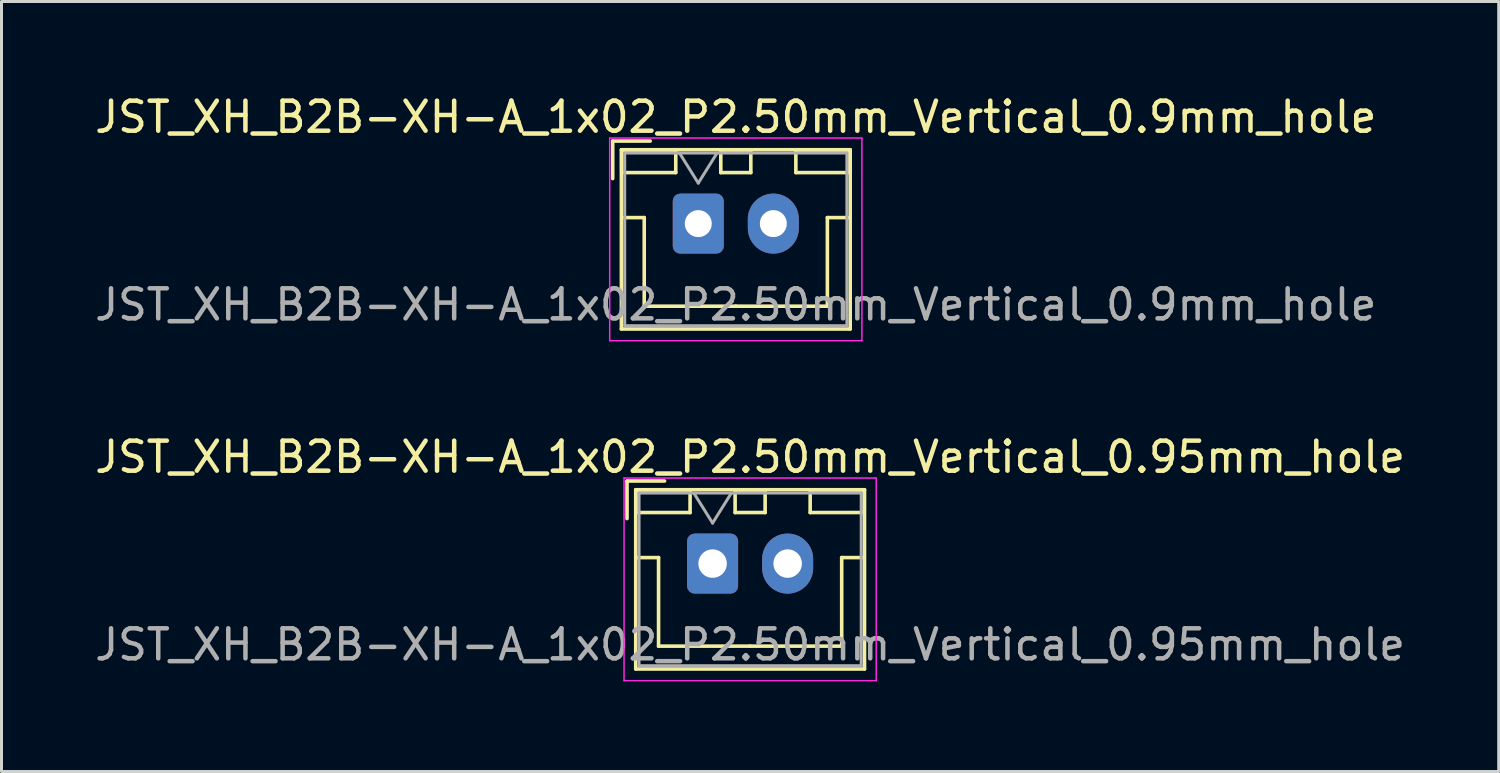
<source format=kicad_pcb>
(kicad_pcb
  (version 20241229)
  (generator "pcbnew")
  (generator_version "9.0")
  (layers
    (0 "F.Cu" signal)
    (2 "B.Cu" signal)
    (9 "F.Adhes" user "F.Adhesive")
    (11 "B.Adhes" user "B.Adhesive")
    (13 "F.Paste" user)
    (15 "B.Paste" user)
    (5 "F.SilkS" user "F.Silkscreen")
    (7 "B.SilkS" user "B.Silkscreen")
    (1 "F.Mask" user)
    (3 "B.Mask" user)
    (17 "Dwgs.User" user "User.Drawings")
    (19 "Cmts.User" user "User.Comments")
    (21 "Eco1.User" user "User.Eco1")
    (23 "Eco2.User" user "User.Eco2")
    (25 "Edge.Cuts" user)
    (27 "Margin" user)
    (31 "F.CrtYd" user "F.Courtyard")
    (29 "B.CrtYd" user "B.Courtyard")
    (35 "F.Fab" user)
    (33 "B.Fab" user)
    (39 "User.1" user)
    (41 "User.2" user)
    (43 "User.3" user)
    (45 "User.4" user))
  (footprint "JST_XH_B2B-XH-A_1x02_P2.50mm_Vertical_0.9mm_hole"
    (layer "F.Cu")
    (at 20.208 4.398)
    (property "Reference" "JST_XH_B2B-XH-A_1x02_P2.50mm_Vertical_0.9mm_hole" (at 1.25 -3.55 0) (layer "F.SilkS") (effects (font (size 1 1) (thickness 0.15))))
    (attr through_hole)
    (fp_line (start -2.85 -2.75) (end -2.85 -1.5) (stroke (width 0.12) (type solid)) (layer "F.SilkS"))
    (fp_line (start -2.56 -2.46) (end -2.56 3.51) (stroke (width 0.12) (type solid)) (layer "F.SilkS"))
    (fp_line (start -2.56 3.51) (end 5.06 3.51) (stroke (width 0.12) (type solid)) (layer "F.SilkS"))
    (fp_line (start -2.55 -2.45) (end -2.55 -1.7) (stroke (width 0.12) (type solid)) (layer "F.SilkS"))
    (fp_line (start -2.55 -1.7) (end -0.75 -1.7) (stroke (width 0.12) (type solid)) (layer "F.SilkS"))
    (fp_line (start -2.55 -0.2) (end -1.8 -0.2) (stroke (width 0.12) (type solid)) (layer "F.SilkS"))
    (fp_line (start -1.8 -0.2) (end -1.8 2.75) (stroke (width 0.12) (type solid)) (layer "F.SilkS"))
    (fp_line (start -1.8 2.75) (end 1.25 2.75) (stroke (width 0.12) (type solid)) (layer "F.SilkS"))
    (fp_line (start -1.6 -2.75) (end -2.85 -2.75) (stroke (width 0.12) (type solid)) (layer "F.SilkS"))
    (fp_line (start -0.75 -2.45) (end -2.55 -2.45) (stroke (width 0.12) (type solid)) (layer "F.SilkS"))
    (fp_line (start -0.75 -1.7) (end -0.75 -2.45) (stroke (width 0.12) (type solid)) (layer "F.SilkS"))
    (fp_line (start 0.75 -2.45) (end 0.75 -1.7) (stroke (width 0.12) (type solid)) (layer "F.SilkS"))
    (fp_line (start 0.75 -1.7) (end 1.75 -1.7) (stroke (width 0.12) (type solid)) (layer "F.SilkS"))
    (fp_line (start 1.75 -2.45) (end 0.75 -2.45) (stroke (width 0.12) (type solid)) (layer "F.SilkS"))
    (fp_line (start 1.75 -1.7) (end 1.75 -2.45) (stroke (width 0.12) (type solid)) (layer "F.SilkS"))
    (fp_line (start 3.25 -2.45) (end 3.25 -1.7) (stroke (width 0.12) (type solid)) (layer "F.SilkS"))
    (fp_line (start 3.25 -1.7) (end 5.05 -1.7) (stroke (width 0.12) (type solid)) (layer "F.SilkS"))
    (fp_line (start 4.3 -0.2) (end 4.3 2.75) (stroke (width 0.12) (type solid)) (layer "F.SilkS"))
    (fp_line (start 4.3 2.75) (end 1.25 2.75) (stroke (width 0.12) (type solid)) (layer "F.SilkS"))
    (fp_line (start 5.05 -2.45) (end 3.25 -2.45) (stroke (width 0.12) (type solid)) (layer "F.SilkS"))
    (fp_line (start 5.05 -1.7) (end 5.05 -2.45) (stroke (width 0.12) (type solid)) (layer "F.SilkS"))
    (fp_line (start 5.05 -0.2) (end 4.3 -0.2) (stroke (width 0.12) (type solid)) (layer "F.SilkS"))
    (fp_line (start 5.06 -2.46) (end -2.56 -2.46) (stroke (width 0.12) (type solid)) (layer "F.SilkS"))
    (fp_line (start 5.06 3.51) (end 5.06 -2.46) (stroke (width 0.12) (type solid)) (layer "F.SilkS"))
    (fp_line (start -2.95 -2.85) (end -2.95 3.9) (stroke (width 0.05) (type solid)) (layer "F.CrtYd"))
    (fp_line (start -2.95 3.9) (end 5.45 3.9) (stroke (width 0.05) (type solid)) (layer "F.CrtYd"))
    (fp_line (start 5.45 -2.85) (end -2.95 -2.85) (stroke (width 0.05) (type solid)) (layer "F.CrtYd"))
    (fp_line (start 5.45 3.9) (end 5.45 -2.85) (stroke (width 0.05) (type solid)) (layer "F.CrtYd"))
    (fp_line (start -2.45 -2.35) (end -2.45 3.4) (stroke (width 0.1) (type solid)) (layer "F.Fab"))
    (fp_line (start -2.45 3.4) (end 4.95 3.4) (stroke (width 0.1) (type solid)) (layer "F.Fab"))
    (fp_line (start -0.625 -2.35) (end 0 -1.35) (stroke (width 0.1) (type solid)) (layer "F.Fab"))
    (fp_line (start 0 -1.35) (end 0.625 -2.35) (stroke (width 0.1) (type solid)) (layer "F.Fab"))
    (fp_line (start 4.95 -2.35) (end -2.45 -2.35) (stroke (width 0.1) (type solid)) (layer "F.Fab"))
    (fp_line (start 4.95 3.4) (end 4.95 -2.35) (stroke (width 0.1) (type solid)) (layer "F.Fab"))
    (fp_text user "${REFERENCE}" (at 1.25 2.7 0) (layer "F.Fab") (effects (font (size 1 1) (thickness 0.15))))
    (pad "1" thru_hole roundrect (at 0 0) (size 1.7 2) (drill 0.9) (layers "*.Cu" "*.Mask") (roundrect_rratio 0.147))
    (pad "2" thru_hole oval (at 2.5 0) (size 1.7 2) (drill 0.9) (layers "*.Cu" "*.Mask")))
  (footprint "JST_XH_B2B-XH-A_1x02_P2.50mm_Vertical_0.95mm_hole"
    (layer "F.Cu")
    (at 20.685 15.722)
    (property "Reference" "JST_XH_B2B-XH-A_1x02_P2.50mm_Vertical_0.95mm_hole" (at 1.25 -3.55 0) (layer "F.SilkS") (effects (font (size 1 1) (thickness 0.15))))
    (attr through_hole)
    (fp_line (start -2.85 -2.75) (end -2.85 -1.5) (stroke (width 0.12) (type solid)) (layer "F.SilkS"))
    (fp_line (start -2.56 -2.46) (end -2.56 3.51) (stroke (width 0.12) (type solid)) (layer "F.SilkS"))
    (fp_line (start -2.56 3.51) (end 5.06 3.51) (stroke (width 0.12) (type solid)) (layer "F.SilkS"))
    (fp_line (start -2.55 -2.45) (end -2.55 -1.7) (stroke (width 0.12) (type solid)) (layer "F.SilkS"))
    (fp_line (start -2.55 -1.7) (end -0.75 -1.7) (stroke (width 0.12) (type solid)) (layer "F.SilkS"))
    (fp_line (start -2.55 -0.2) (end -1.8 -0.2) (stroke (width 0.12) (type solid)) (layer "F.SilkS"))
    (fp_line (start -1.8 -0.2) (end -1.8 2.75) (stroke (width 0.12) (type solid)) (layer "F.SilkS"))
    (fp_line (start -1.8 2.75) (end 1.25 2.75) (stroke (width 0.12) (type solid)) (layer "F.SilkS"))
    (fp_line (start -1.6 -2.75) (end -2.85 -2.75) (stroke (width 0.12) (type solid)) (layer "F.SilkS"))
    (fp_line (start -0.75 -2.45) (end -2.55 -2.45) (stroke (width 0.12) (type solid)) (layer "F.SilkS"))
    (fp_line (start -0.75 -1.7) (end -0.75 -2.45) (stroke (width 0.12) (type solid)) (layer "F.SilkS"))
    (fp_line (start 0.75 -2.45) (end 0.75 -1.7) (stroke (width 0.12) (type solid)) (layer "F.SilkS"))
    (fp_line (start 0.75 -1.7) (end 1.75 -1.7) (stroke (width 0.12) (type solid)) (layer "F.SilkS"))
    (fp_line (start 1.75 -2.45) (end 0.75 -2.45) (stroke (width 0.12) (type solid)) (layer "F.SilkS"))
    (fp_line (start 1.75 -1.7) (end 1.75 -2.45) (stroke (width 0.12) (type solid)) (layer "F.SilkS"))
    (fp_line (start 3.25 -2.45) (end 3.25 -1.7) (stroke (width 0.12) (type solid)) (layer "F.SilkS"))
    (fp_line (start 3.25 -1.7) (end 5.05 -1.7) (stroke (width 0.12) (type solid)) (layer "F.SilkS"))
    (fp_line (start 4.3 -0.2) (end 4.3 2.75) (stroke (width 0.12) (type solid)) (layer "F.SilkS"))
    (fp_line (start 4.3 2.75) (end 1.25 2.75) (stroke (width 0.12) (type solid)) (layer "F.SilkS"))
    (fp_line (start 5.05 -2.45) (end 3.25 -2.45) (stroke (width 0.12) (type solid)) (layer "F.SilkS"))
    (fp_line (start 5.05 -1.7) (end 5.05 -2.45) (stroke (width 0.12) (type solid)) (layer "F.SilkS"))
    (fp_line (start 5.05 -0.2) (end 4.3 -0.2) (stroke (width 0.12) (type solid)) (layer "F.SilkS"))
    (fp_line (start 5.06 -2.46) (end -2.56 -2.46) (stroke (width 0.12) (type solid)) (layer "F.SilkS"))
    (fp_line (start 5.06 3.51) (end 5.06 -2.46) (stroke (width 0.12) (type solid)) (layer "F.SilkS"))
    (fp_line (start -2.95 -2.85) (end -2.95 3.9) (stroke (width 0.05) (type solid)) (layer "F.CrtYd"))
    (fp_line (start -2.95 3.9) (end 5.45 3.9) (stroke (width 0.05) (type solid)) (layer "F.CrtYd"))
    (fp_line (start 5.45 -2.85) (end -2.95 -2.85) (stroke (width 0.05) (type solid)) (layer "F.CrtYd"))
    (fp_line (start 5.45 3.9) (end 5.45 -2.85) (stroke (width 0.05) (type solid)) (layer "F.CrtYd"))
    (fp_line (start -2.45 -2.35) (end -2.45 3.4) (stroke (width 0.1) (type solid)) (layer "F.Fab"))
    (fp_line (start -2.45 3.4) (end 4.95 3.4) (stroke (width 0.1) (type solid)) (layer "F.Fab"))
    (fp_line (start -0.625 -2.35) (end 0 -1.35) (stroke (width 0.1) (type solid)) (layer "F.Fab"))
    (fp_line (start 0 -1.35) (end 0.625 -2.35) (stroke (width 0.1) (type solid)) (layer "F.Fab"))
    (fp_line (start 4.95 -2.35) (end -2.45 -2.35) (stroke (width 0.1) (type solid)) (layer "F.Fab"))
    (fp_line (start 4.95 3.4) (end 4.95 -2.35) (stroke (width 0.1) (type solid)) (layer "F.Fab"))
    (fp_text user "${REFERENCE}" (at 1.25 2.7 0) (layer "F.Fab") (effects (font (size 1 1) (thickness 0.15))))
    (pad "1" thru_hole roundrect (at 0 0) (size 1.7 2) (drill 0.95) (layers "*.Cu" "*.Mask") (roundrect_rratio 0.147))
    (pad "2" thru_hole oval (at 2.5 0) (size 1.7 2) (drill 0.95) (layers "*.Cu" "*.Mask")))
  (gr_rect
    (start -3 -3)
    (end 46.869 22.646)
    (stroke (width 0.1) (type default))
    (fill no)
    (layer "Edge.Cuts")))
</source>
